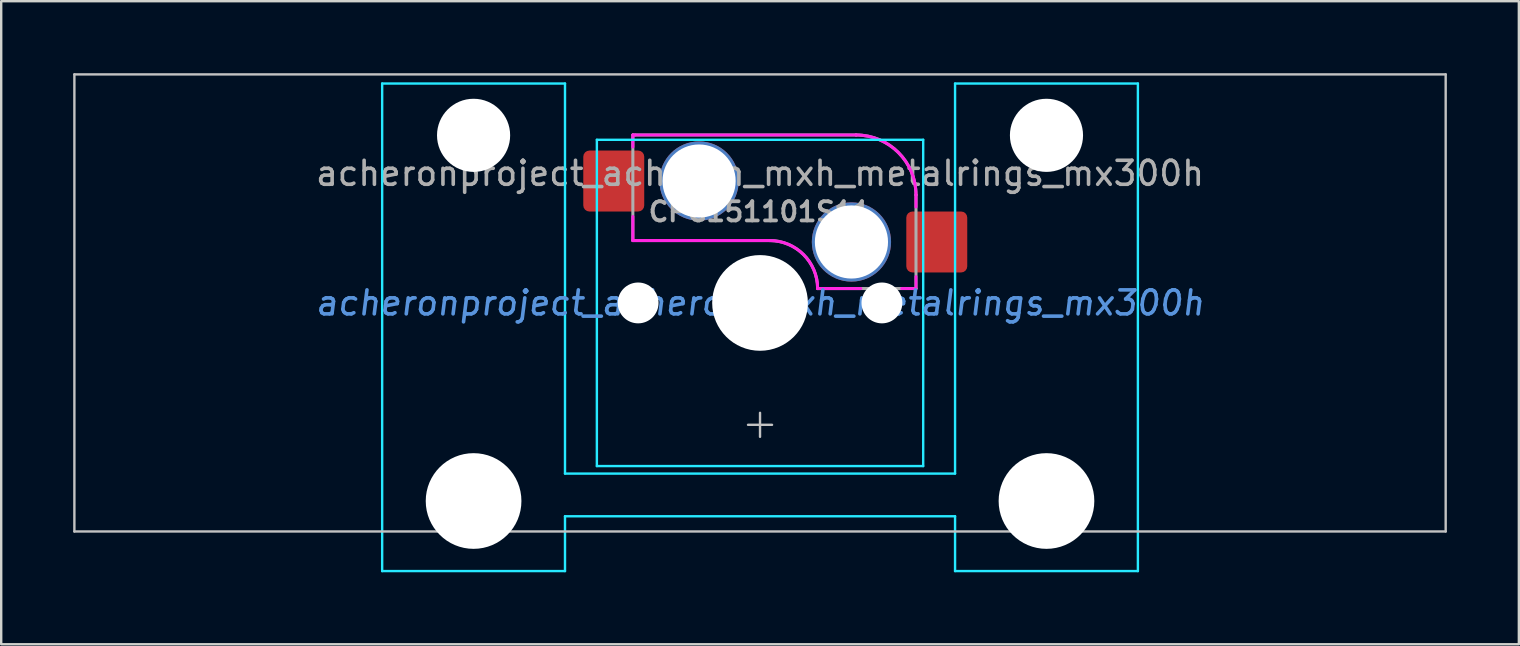
<source format=kicad_pcb>
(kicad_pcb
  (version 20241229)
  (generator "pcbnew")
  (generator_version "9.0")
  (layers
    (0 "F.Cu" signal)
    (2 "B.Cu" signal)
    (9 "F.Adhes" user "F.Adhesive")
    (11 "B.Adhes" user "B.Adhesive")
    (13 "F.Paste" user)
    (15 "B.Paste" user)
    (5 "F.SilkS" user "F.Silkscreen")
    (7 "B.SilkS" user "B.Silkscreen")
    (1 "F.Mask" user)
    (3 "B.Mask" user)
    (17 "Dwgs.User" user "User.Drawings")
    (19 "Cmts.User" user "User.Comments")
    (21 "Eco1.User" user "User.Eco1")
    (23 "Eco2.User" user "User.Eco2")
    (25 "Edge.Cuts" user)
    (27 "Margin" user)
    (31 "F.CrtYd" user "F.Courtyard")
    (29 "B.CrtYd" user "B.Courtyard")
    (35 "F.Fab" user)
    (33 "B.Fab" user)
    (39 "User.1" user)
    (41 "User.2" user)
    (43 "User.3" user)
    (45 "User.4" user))
  (footprint "acheronproject_acheron_mxh_metalrings_mx300h"
    (layer "F.Cu")
    (at 28.625 9.575)
    (property "Reference" "acheronproject_acheron_mxh_metalrings_mx300h" (at 0 0 0) (layer "Cmts.User") (effects (font (size 1 1) (thickness 0.15) (italic yes))))
    (attr smd)
    (fp_line (start -28.575 -9.525) (end -28.575 9.525) (stroke (width 0.1) (type solid)) (layer "Dwgs.User"))
    (fp_line (start -28.575 -9.525) (end 28.575 -9.525) (stroke (width 0.1) (type solid)) (layer "Dwgs.User"))
    (fp_line (start -28.575 9.525) (end 28.575 9.525) (stroke (width 0.1) (type solid)) (layer "Dwgs.User"))
    (fp_line (start -0.5 5.08) (end 0.5 5.08) (stroke (width 0.1) (type solid)) (layer "Dwgs.User"))
    (fp_line (start 0 5.58) (end 0 4.58) (stroke (width 0.1) (type solid)) (layer "Dwgs.User"))
    (fp_line (start 28.575 -9.525) (end 28.575 9.525) (stroke (width 0.1) (type solid)) (layer "Dwgs.User"))
    (fp_line (start -15.438 -5.485) (end -15.438 8.515) (stroke (width 0.1) (type solid)) (layer "Eco1.User"))
    (fp_line (start -14.938 -5.985) (end -8.938 -5.985) (stroke (width 0.1) (type solid)) (layer "Eco1.User"))
    (fp_line (start -8.938 9.015) (end -14.938 9.015) (stroke (width 0.1) (type solid)) (layer "Eco1.User"))
    (fp_line (start -8.438 8.515) (end -8.438 -5.485) (stroke (width 0.1) (type solid)) (layer "Eco1.User"))
    (fp_line (start -7 -6.5) (end -7 6.5) (stroke (width 0.1) (type solid)) (layer "Eco1.User"))
    (fp_line (start -6.5 7) (end 6.5 7) (stroke (width 0.1) (type solid)) (layer "Eco1.User"))
    (fp_line (start 6.5 -7) (end -6.5 -7) (stroke (width 0.1) (type solid)) (layer "Eco1.User"))
    (fp_line (start 7 6.5) (end 7 -6.5) (stroke (width 0.1) (type solid)) (layer "Eco1.User"))
    (fp_line (start 8.438 -5.485) (end 8.438 8.515) (stroke (width 0.1) (type solid)) (layer "Eco1.User"))
    (fp_line (start 8.938 -5.985) (end 14.938 -5.985) (stroke (width 0.1) (type solid)) (layer "Eco1.User"))
    (fp_line (start 14.938 9.015) (end 8.938 9.015) (stroke (width 0.1) (type solid)) (layer "Eco1.User"))
    (fp_line (start 15.438 8.515) (end 15.438 -5.485) (stroke (width 0.1) (type solid)) (layer "Eco1.User"))
    (fp_arc (start -15.438 -5.485) (mid -15.291553 -5.838553) (end -14.938 -5.985) (stroke (width 0.1) (type solid)) (layer "Eco1.User"))
    (fp_arc (start -14.938 9.015) (mid -15.291553 8.868553) (end -15.438 8.515) (stroke (width 0.1) (type solid)) (layer "Eco1.User"))
    (fp_arc (start -8.938 -5.985) (mid -8.584447 -5.838553) (end -8.438 -5.485) (stroke (width 0.1) (type solid)) (layer "Eco1.User"))
    (fp_arc (start -8.438 8.515) (mid -8.584447 8.868553) (end -8.938 9.015) (stroke (width 0.1) (type solid)) (layer "Eco1.User"))
    (fp_arc (start -7 -6.5) (mid -6.853553 -6.853553) (end -6.5 -7) (stroke (width 0.1) (type solid)) (layer "Eco1.User"))
    (fp_arc (start -6.5 7) (mid -6.853553 6.853553) (end -7 6.5) (stroke (width 0.1) (type solid)) (layer "Eco1.User"))
    (fp_arc (start 6.5 -7) (mid 6.853553 -6.853553) (end 7 -6.5) (stroke (width 0.1) (type solid)) (layer "Eco1.User"))
    (fp_arc (start 7 6.5) (mid 6.853553 6.853553) (end 6.5 7) (stroke (width 0.1) (type solid)) (layer "Eco1.User"))
    (fp_arc (start 8.438 -5.485) (mid 8.584447 -5.838553) (end 8.938 -5.985) (stroke (width 0.1) (type solid)) (layer "Eco1.User"))
    (fp_arc (start 8.938 9.015) (mid 8.584447 8.868553) (end 8.438 8.515) (stroke (width 0.1) (type solid)) (layer "Eco1.User"))
    (fp_arc (start 14.938 -5.985) (mid 15.291553 -5.838553) (end 15.438 -5.485) (stroke (width 0.1) (type solid)) (layer "Eco1.User"))
    (fp_arc (start 15.438 8.515) (mid 15.291553 8.868553) (end 14.938 9.015) (stroke (width 0.1) (type solid)) (layer "Eco1.User"))
    (fp_line (start -15.748 -9.144) (end -15.748 11.176) (stroke (width 0.1) (type solid)) (layer "B.CrtYd"))
    (fp_line (start -15.748 11.176) (end -8.128 11.176) (stroke (width 0.1) (type solid)) (layer "B.CrtYd"))
    (fp_line (start -8.128 -9.144) (end -15.748 -9.144) (stroke (width 0.1) (type solid)) (layer "B.CrtYd"))
    (fp_line (start -8.128 7.112) (end -8.128 -9.144) (stroke (width 0.1) (type solid)) (layer "B.CrtYd"))
    (fp_line (start -8.128 7.112) (end 8.128 7.112) (stroke (width 0.1) (type solid)) (layer "B.CrtYd"))
    (fp_line (start -8.128 8.89) (end -8.128 11.176) (stroke (width 0.1) (type solid)) (layer "B.CrtYd"))
    (fp_line (start -8.128 8.89) (end 8.128 8.89) (stroke (width 0.1) (type solid)) (layer "B.CrtYd"))
    (fp_line (start -6.8 -6.8) (end -6.8 6.8) (stroke (width 0.1) (type solid)) (layer "B.CrtYd"))
    (fp_line (start 6.8 -6.8) (end -6.8 -6.8) (stroke (width 0.1) (type solid)) (layer "B.CrtYd"))
    (fp_line (start 6.8 -6.8) (end 6.8 6.8) (stroke (width 0.1) (type solid)) (layer "B.CrtYd"))
    (fp_line (start 6.8 6.8) (end -6.8 6.8) (stroke (width 0.1) (type solid)) (layer "B.CrtYd"))
    (fp_line (start 8.128 -9.144) (end 15.748 -9.144) (stroke (width 0.1) (type solid)) (layer "B.CrtYd"))
    (fp_line (start 8.128 7.112) (end 8.128 -9.142) (stroke (width 0.1) (type solid)) (layer "B.CrtYd"))
    (fp_line (start 8.128 8.89) (end 8.128 11.176) (stroke (width 0.1) (type solid)) (layer "B.CrtYd"))
    (fp_line (start 15.748 11.176) (end 8.128 11.176) (stroke (width 0.1) (type solid)) (layer "B.CrtYd"))
    (fp_line (start 15.748 11.176) (end 15.748 -9.144) (stroke (width 0.1) (type solid)) (layer "B.CrtYd"))
    (fp_line (start -5.3 -7) (end -5.3 -6.5) (stroke (width 0.127) (type solid)) (layer "F.CrtYd"))
    (fp_line (start -5.3 -3.6) (end -5.3 -2.6) (stroke (width 0.127) (type solid)) (layer "F.CrtYd"))
    (fp_line (start -5.2 -7) (end -5.3 -7) (stroke (width 0.12) (type solid)) (layer "F.CrtYd"))
    (fp_line (start 0.4 -2.6) (end -5.3 -2.6) (stroke (width 0.127) (type solid)) (layer "F.CrtYd"))
    (fp_line (start 4 -7) (end -5.2 -7) (stroke (width 0.12) (type solid)) (layer "F.CrtYd"))
    (fp_line (start 4.2 -0.6) (end 2.4 -0.6) (stroke (width 0.127) (type solid)) (layer "F.CrtYd"))
    (fp_line (start 6.5 -4.5) (end 6.5 -4) (stroke (width 0.127) (type solid)) (layer "F.CrtYd"))
    (fp_line (start 6.5 -1.1) (end 6.5 -0.6) (stroke (width 0.12) (type solid)) (layer "F.CrtYd"))
    (fp_line (start 6.5 -0.6) (end 5.9 -0.6) (stroke (width 0.12) (type solid)) (layer "F.CrtYd"))
    (fp_arc (start 0.4 -2.6) (mid 1.814214 -2.014214) (end 2.4 -0.6) (stroke (width 0.127) (type solid)) (layer "F.CrtYd"))
    (fp_arc (start 4 -7) (mid 5.767767 -6.267767) (end 6.5 -4.5) (stroke (width 0.127) (type solid)) (layer "F.CrtYd"))
    (fp_line (start -5.3 -7) (end -5.3 -2.6) (stroke (width 0.127) (type solid)) (layer "F.Fab"))
    (fp_line (start -5.3 -7) (end 4 -7) (stroke (width 0.127) (type solid)) (layer "F.Fab"))
    (fp_line (start -0.5 0) (end 0.5 0) (stroke (width 0.1) (type solid)) (layer "F.Fab"))
    (fp_line (start 0 0.5) (end 0 -0.5) (stroke (width 0.1) (type solid)) (layer "F.Fab"))
    (fp_line (start 0.4 -2.6) (end -5.3 -2.6) (stroke (width 0.127) (type solid)) (layer "F.Fab"))
    (fp_line (start 6.5 -4.5) (end 6.5 -0.6) (stroke (width 0.127) (type solid)) (layer "F.Fab"))
    (fp_line (start 6.5 -0.6) (end 2.4 -0.6) (stroke (width 0.127) (type solid)) (layer "F.Fab"))
    (fp_arc (start 0.400001 -2.600001) (mid 1.814214 -2.014214) (end 2.4 -0.6) (stroke (width 0.127) (type solid)) (layer "F.Fab"))
    (fp_arc (start 4.000001 -7.000001) (mid 5.767768 -6.267767) (end 6.5 -4.5) (stroke (width 0.127) (type solid)) (layer "F.Fab"))
    (fp_text user "${REFERENCE}" (at 0 -5.4 0) (layer "F.Fab") (effects (font (size 1 1) (thickness 0.15))))
    (fp_text user "CPG151101S11" (at 0 -3.8 0) (unlocked yes) (layer "F.Fab") (effects (font (size 0.8 0.8) (thickness 0.16))))
    (pad "" np_thru_hole circle (at -11.938 -6.985) (size 3.048 3.048) (drill 3.048) (layers "*.Cu" "*.Mask"))
    (pad "" np_thru_hole circle (at -11.938 8.255) (size 3.988 3.988) (drill 3.988) (layers "*.Cu" "*.Mask"))
    (pad "" np_thru_hole circle (at -5.08 0) (size 1.702 1.702) (drill 1.702) (layers "*.Cu" "*.Mask"))
    (pad "" np_thru_hole circle (at -2.54 -5.08) (size 3.302 3.302) (drill 3.048) (layers "*.Cu" "*.Mask"))
    (pad "" np_thru_hole circle (at 0 0) (size 3.988 3.988) (drill 3.988) (layers "*.Cu" "*.Mask"))
    (pad "" np_thru_hole circle (at 3.81 -2.54) (size 3.302 3.302) (drill 3.048) (layers "*.Cu" "*.Mask"))
    (pad "" np_thru_hole circle (at 5.08 0) (size 1.702 1.702) (drill 1.702) (layers "*.Cu" "*.Mask"))
    (pad "" np_thru_hole circle (at 11.938 -6.985) (size 3.048 3.048) (drill 3.048) (layers "*.Cu" "*.Mask"))
    (pad "" np_thru_hole circle (at 11.938 8.255) (size 3.988 3.988) (drill 3.988) (layers "*.Cu" "*.Mask"))
    (pad "1" smd roundrect (at -6.096 -5.08) (size 2.54 2.54) (layers "F.Cu" "F.Mask" "F.Paste") (roundrect_rratio 0.1))
    (pad "2" smd roundrect (at 7.366 -2.54) (size 2.54 2.54) (layers "F.Cu" "F.Mask" "F.Paste") (roundrect_rratio 0.1)))
  (gr_rect
    (start -3 -3)
    (end 60.25 23.801)
    (stroke (width 0.1) (type default))
    (fill no)
    (layer "Edge.Cuts")))
</source>
